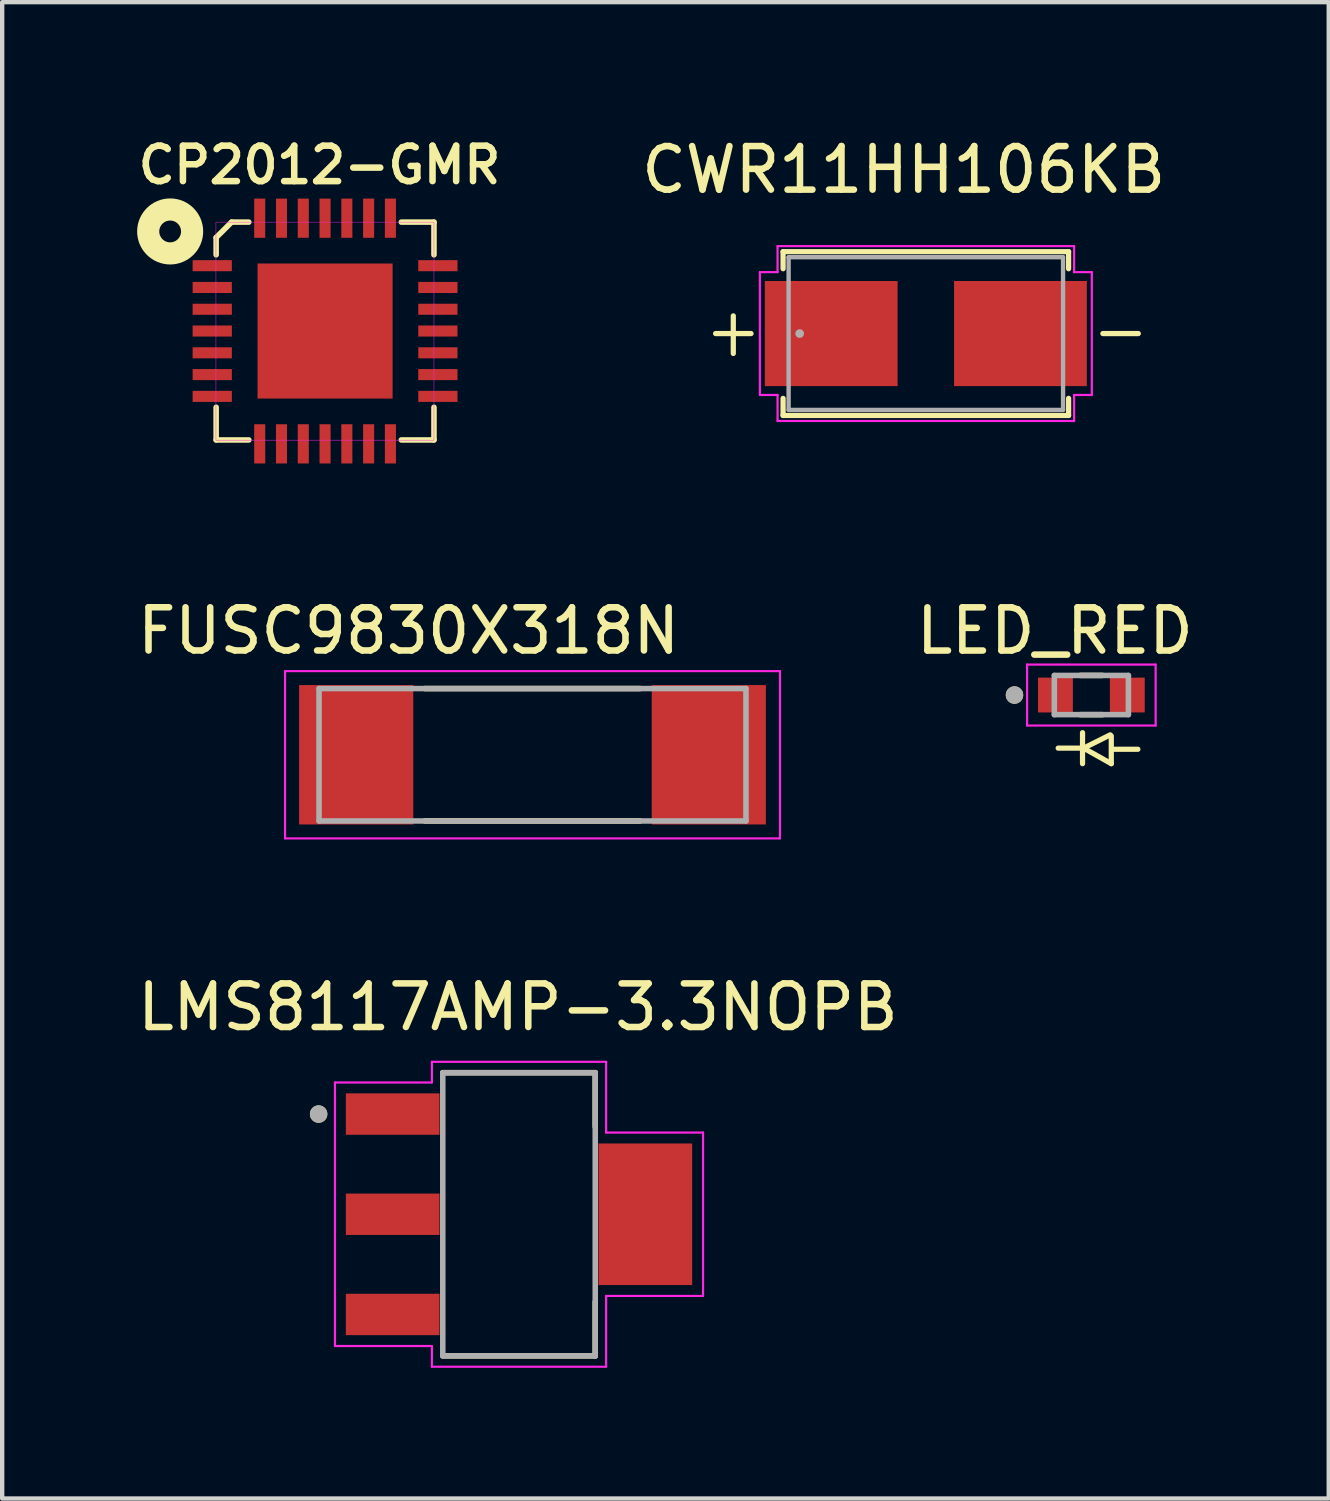
<source format=kicad_pcb>
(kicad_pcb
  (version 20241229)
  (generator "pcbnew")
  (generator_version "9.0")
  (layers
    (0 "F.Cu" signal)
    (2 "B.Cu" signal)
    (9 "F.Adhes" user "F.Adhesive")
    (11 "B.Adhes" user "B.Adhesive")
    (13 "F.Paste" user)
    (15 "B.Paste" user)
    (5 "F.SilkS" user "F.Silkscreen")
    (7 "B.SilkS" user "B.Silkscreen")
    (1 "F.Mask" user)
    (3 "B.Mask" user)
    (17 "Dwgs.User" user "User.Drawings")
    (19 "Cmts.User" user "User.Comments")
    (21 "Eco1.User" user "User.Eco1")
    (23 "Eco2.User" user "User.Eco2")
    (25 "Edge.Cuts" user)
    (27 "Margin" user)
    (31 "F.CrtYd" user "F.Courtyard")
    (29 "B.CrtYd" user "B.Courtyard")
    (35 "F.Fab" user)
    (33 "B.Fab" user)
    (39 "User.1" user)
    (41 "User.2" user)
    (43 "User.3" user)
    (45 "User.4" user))
  (footprint "LMS8117AMP-3.3NOPB"
    (layer "F.Cu")
    (at 8.864 24.824)
    (property "Reference" "LMS8117AMP-3.3NOPB" (at -0.025 -4.754 0) (layer "F.SilkS") (effects (font (size 1 1) (thickness 0.15))))
    (attr through_hole)
    (fp_line (start -1.75 -3.25) (end 1.75 -3.25) (stroke (width 0.127) (type solid)) (layer "F.SilkS"))
    (fp_line (start -1.75 3.25) (end 1.75 3.25) (stroke (width 0.127) (type solid)) (layer "F.SilkS"))
    (fp_line (start 1.75 -3.25) (end 1.75 -2.01) (stroke (width 0.127) (type solid)) (layer "F.SilkS"))
    (fp_line (start 1.75 3.25) (end 1.75 2.01) (stroke (width 0.127) (type solid)) (layer "F.SilkS"))
    (fp_circle (center -4.6 -2.3) (end -4.5 -2.3) (stroke (width 0.2) (type solid)) (fill no) (layer "F.SilkS"))
    (fp_line (start -4.225 -3.025) (end -4.225 3.025) (stroke (width 0.05) (type solid)) (layer "F.CrtYd"))
    (fp_line (start -4.225 3.025) (end -2 3.025) (stroke (width 0.05) (type solid)) (layer "F.CrtYd"))
    (fp_line (start -2 -3.5) (end -2 -3.025) (stroke (width 0.05) (type solid)) (layer "F.CrtYd"))
    (fp_line (start -2 -3.025) (end -4.225 -3.025) (stroke (width 0.05) (type solid)) (layer "F.CrtYd"))
    (fp_line (start -2 3.025) (end -2 3.5) (stroke (width 0.05) (type solid)) (layer "F.CrtYd"))
    (fp_line (start -2 3.5) (end 2 3.5) (stroke (width 0.05) (type solid)) (layer "F.CrtYd"))
    (fp_line (start 2 -3.5) (end -2 -3.5) (stroke (width 0.05) (type solid)) (layer "F.CrtYd"))
    (fp_line (start 2 -1.875) (end 2 -3.5) (stroke (width 0.05) (type solid)) (layer "F.CrtYd"))
    (fp_line (start 2 1.875) (end 4.225 1.875) (stroke (width 0.05) (type solid)) (layer "F.CrtYd"))
    (fp_line (start 2 3.5) (end 2 1.875) (stroke (width 0.05) (type solid)) (layer "F.CrtYd"))
    (fp_line (start 4.225 -1.875) (end 2 -1.875) (stroke (width 0.05) (type solid)) (layer "F.CrtYd"))
    (fp_line (start 4.225 1.875) (end 4.225 -1.875) (stroke (width 0.05) (type solid)) (layer "F.CrtYd"))
    (fp_line (start -1.75 -3.25) (end -1.75 3.25) (stroke (width 0.127) (type solid)) (layer "F.Fab"))
    (fp_line (start 1.75 -3.25) (end -1.75 -3.25) (stroke (width 0.127) (type solid)) (layer "F.Fab"))
    (fp_line (start 1.75 -3.25) (end 1.75 3.25) (stroke (width 0.127) (type solid)) (layer "F.Fab"))
    (fp_line (start 1.75 3.25) (end -1.75 3.25) (stroke (width 0.127) (type solid)) (layer "F.Fab"))
    (fp_circle (center -4.6 -2.3) (end -4.5 -2.3) (stroke (width 0.2) (type solid)) (fill no) (layer "F.Fab"))
    (pad "1" smd rect (at -2.9 -2.3) (size 2.15 0.95) (layers "F.Cu" "F.Mask" "F.Paste"))
    (pad "1" smd rect (at 2.9 0) (size 2.15 3.25) (layers "F.Cu" "F.Mask" "F.Paste"))
    (pad "2" smd rect (at -2.9 0) (size 2.15 0.95) (layers "F.Cu" "F.Mask" "F.Paste"))
    (pad "3" smd rect (at -2.9 2.3) (size 2.15 0.95) (layers "F.Cu" "F.Mask" "F.Paste")))
  (footprint "FUSC9830X318N"
    (layer "F.Cu")
    (at 9.174 14.276)
    (property "Reference" "FUSC9830X318N" (at -2.845 -2.845 0) (layer "F.SilkS") (effects (font (size 0.991 0.991) (thickness 0.15))))
    (attr through_hole)
    (fp_line (start -2.47 -1.52) (end 2.47 -1.52) (stroke (width 0.127) (type solid)) (layer "F.SilkS"))
    (fp_line (start -2.47 1.52) (end 2.47 1.52) (stroke (width 0.127) (type solid)) (layer "F.SilkS"))
    (fp_line (start -5.68 -1.92) (end 5.68 -1.92) (stroke (width 0.05) (type solid)) (layer "F.CrtYd"))
    (fp_line (start -5.68 1.92) (end -5.68 -1.92) (stroke (width 0.05) (type solid)) (layer "F.CrtYd"))
    (fp_line (start -5.68 1.92) (end 5.68 1.92) (stroke (width 0.05) (type solid)) (layer "F.CrtYd"))
    (fp_line (start 5.68 1.92) (end 5.68 -1.92) (stroke (width 0.05) (type solid)) (layer "F.CrtYd"))
    (fp_line (start -4.9 1.52) (end -4.9 -1.52) (stroke (width 0.127) (type solid)) (layer "F.Fab"))
    (fp_line (start 4.9 -1.52) (end -4.9 -1.52) (stroke (width 0.127) (type solid)) (layer "F.Fab"))
    (fp_line (start 4.9 1.52) (end -4.9 1.52) (stroke (width 0.127) (type solid)) (layer "F.Fab"))
    (fp_line (start 4.9 1.52) (end 4.9 -1.52) (stroke (width 0.127) (type solid)) (layer "F.Fab"))
    (pad "1" smd rect (at -4.047 0) (size 2.62 3.2) (layers "F.Cu" "F.Mask" "F.Paste"))
    (pad "2" smd rect (at 4.047 0) (size 2.62 3.2) (layers "F.Cu" "F.Mask" "F.Paste")))
  (footprint "CWR11HH106KB"
    (layer "F.Cu")
    (at 18.203 4.607)
    (property "Reference" "CWR11HH106KB" (at -0.508 -3.759 0) (layer "F.SilkS") (effects (font (size 1 1) (thickness 0.15))))
    (attr through_hole)
    (fp_line (start -4.826 0) (end -4.013 0) (stroke (width 0.12) (type solid)) (layer "F.SilkS"))
    (fp_line (start -4.42 -0.406) (end -4.42 0.457) (stroke (width 0.12) (type solid)) (layer "F.SilkS"))
    (fp_line (start -3.277 -1.88) (end -3.277 -1.488) (stroke (width 0.12) (type solid)) (layer "F.SilkS"))
    (fp_line (start -3.277 1.488) (end -3.277 1.88) (stroke (width 0.12) (type solid)) (layer "F.SilkS"))
    (fp_line (start -3.277 1.88) (end 3.277 1.88) (stroke (width 0.12) (type solid)) (layer "F.SilkS"))
    (fp_line (start 3.277 -1.88) (end -3.277 -1.88) (stroke (width 0.12) (type solid)) (layer "F.SilkS"))
    (fp_line (start 3.277 -1.488) (end 3.277 -1.88) (stroke (width 0.12) (type solid)) (layer "F.SilkS"))
    (fp_line (start 3.277 1.88) (end 3.277 1.488) (stroke (width 0.12) (type solid)) (layer "F.SilkS"))
    (fp_line (start 4.064 0) (end 4.877 0) (stroke (width 0.12) (type solid)) (layer "F.SilkS"))
    (fp_line (start -3.81 1.41) (end -3.81 -1.41) (stroke (width 0.05) (type solid)) (layer "F.CrtYd"))
    (fp_line (start -3.807 -1.41) (end -3.404 -1.41) (stroke (width 0.05) (type solid)) (layer "F.CrtYd"))
    (fp_line (start -3.404 -2.007) (end 3.404 -2.007) (stroke (width 0.05) (type solid)) (layer "F.CrtYd"))
    (fp_line (start -3.404 -1.41) (end -3.404 -2.007) (stroke (width 0.05) (type solid)) (layer "F.CrtYd"))
    (fp_line (start -3.404 1.41) (end -3.81 1.41) (stroke (width 0.05) (type solid)) (layer "F.CrtYd"))
    (fp_line (start -3.404 2.007) (end -3.404 1.41) (stroke (width 0.05) (type solid)) (layer "F.CrtYd"))
    (fp_line (start 3.404 -2.007) (end 3.404 -1.41) (stroke (width 0.05) (type solid)) (layer "F.CrtYd"))
    (fp_line (start 3.404 -1.41) (end 3.81 -1.41) (stroke (width 0.05) (type solid)) (layer "F.CrtYd"))
    (fp_line (start 3.404 1.41) (end 3.404 2.007) (stroke (width 0.05) (type solid)) (layer "F.CrtYd"))
    (fp_line (start 3.404 2.007) (end -3.404 2.007) (stroke (width 0.05) (type solid)) (layer "F.CrtYd"))
    (fp_line (start 3.81 -1.41) (end 3.81 1.41) (stroke (width 0.05) (type solid)) (layer "F.CrtYd"))
    (fp_line (start 3.81 1.41) (end 3.404 1.41) (stroke (width 0.05) (type solid)) (layer "F.CrtYd"))
    (fp_line (start -3.15 -1.753) (end -3.15 1.753) (stroke (width 0.1) (type solid)) (layer "F.Fab"))
    (fp_line (start -3.15 1.753) (end 3.15 1.753) (stroke (width 0.1) (type solid)) (layer "F.Fab"))
    (fp_line (start 3.15 -1.753) (end -3.15 -1.753) (stroke (width 0.1) (type solid)) (layer "F.Fab"))
    (fp_line (start 3.15 1.753) (end 3.15 -1.753) (stroke (width 0.1) (type solid)) (layer "F.Fab"))
    (fp_circle (center -2.896 0) (end -2.896 0) (stroke (width 0.1) (type solid)) (fill no) (layer "F.Fab"))
    (pad "1" smd rect (at -2.172 0 90) (size 2.413 3.048) (layers "F.Cu" "F.Mask" "F.Paste"))
    (pad "2" smd rect (at 2.172 0 90) (size 2.413 3.048) (layers "F.Cu" "F.Mask" "F.Paste")))
  (footprint "LED_RED"
    (layer "F.Cu")
    (at 22.003 12.905)
    (property "Reference" "LED_RED" (at -0.838 -1.473 0) (layer "F.SilkS") (effects (font (size 0.991 0.991) (thickness 0.15))))
    (attr through_hole)
    (fp_line (start -0.254 -0.45) (end 0.254 -0.45) (stroke (width 0.127) (type solid)) (layer "F.SilkS"))
    (fp_line (start -0.254 0.45) (end 0.254 0.45) (stroke (width 0.127) (type solid)) (layer "F.SilkS"))
    (fp_line (start -0.203 0.864) (end -0.203 1.575) (stroke (width 0.12) (type solid)) (layer "F.SilkS"))
    (fp_line (start -0.203 1.219) (end -0.762 1.219) (stroke (width 0.12) (type solid)) (layer "F.SilkS"))
    (fp_line (start -0.178 1.219) (end 0.432 0.914) (stroke (width 0.12) (type solid)) (layer "F.SilkS"))
    (fp_line (start 0.457 0.94) (end 0.457 1.575) (stroke (width 0.12) (type solid)) (layer "F.SilkS"))
    (fp_line (start 0.457 1.575) (end -0.178 1.219) (stroke (width 0.12) (type solid)) (layer "F.SilkS"))
    (fp_line (start 1.067 1.245) (end 0.483 1.245) (stroke (width 0.12) (type solid)) (layer "F.SilkS"))
    (fp_circle (center -1.765 0) (end -1.665 0) (stroke (width 0.2) (type solid)) (fill no) (layer "F.SilkS"))
    (fp_line (start -1.475 -0.7) (end -1.475 0.7) (stroke (width 0.05) (type solid)) (layer "F.CrtYd"))
    (fp_line (start -1.475 0.7) (end 1.475 0.7) (stroke (width 0.05) (type solid)) (layer "F.CrtYd"))
    (fp_line (start 1.475 -0.7) (end -1.475 -0.7) (stroke (width 0.05) (type solid)) (layer "F.CrtYd"))
    (fp_line (start 1.475 0.7) (end 1.475 -0.7) (stroke (width 0.05) (type solid)) (layer "F.CrtYd"))
    (fp_line (start -0.85 -0.45) (end -0.85 0.45) (stroke (width 0.127) (type solid)) (layer "F.Fab"))
    (fp_line (start -0.85 0.45) (end 0.85 0.45) (stroke (width 0.127) (type solid)) (layer "F.Fab"))
    (fp_line (start 0.85 -0.45) (end -0.85 -0.45) (stroke (width 0.127) (type solid)) (layer "F.Fab"))
    (fp_line (start 0.85 0.45) (end 0.85 -0.45) (stroke (width 0.127) (type solid)) (layer "F.Fab"))
    (fp_circle (center -1.765 0) (end -1.665 0) (stroke (width 0.2) (type solid)) (fill no) (layer "F.Fab"))
    (pad "1" smd rect (at -0.825 0) (size 0.8 0.8) (layers "F.Cu" "F.Mask" "F.Paste"))
    (pad "2" smd rect (at 0.825 0) (size 0.8 0.8) (layers "F.Cu" "F.Mask" "F.Paste")))
  (footprint "CP2012-GMR"
    (layer "F.Cu")
    (at 4.412 4.549)
    (property "Reference" "CP2012-GMR" (at -0.127 -3.81 0) (layer "F.SilkS") (effects (font (size 0.813 0.813) (thickness 0.15))))
    (attr smd)
    (fp_line (start -2.5 -2.146) (end -2.5 -1.75) (stroke (width 0.127) (type solid)) (layer "F.SilkS"))
    (fp_line (start -2.5 1.75) (end -2.5 2.5) (stroke (width 0.127) (type solid)) (layer "F.SilkS"))
    (fp_line (start -2.5 2.5) (end -1.75 2.5) (stroke (width 0.127) (type solid)) (layer "F.SilkS"))
    (fp_line (start -2.146 -2.5) (end -2.5 -2.146) (stroke (width 0.127) (type solid)) (layer "F.SilkS"))
    (fp_line (start -1.75 -2.5) (end -2.146 -2.5) (stroke (width 0.127) (type solid)) (layer "F.SilkS"))
    (fp_line (start 1.75 -2.5) (end 2.5 -2.5) (stroke (width 0.127) (type solid)) (layer "F.SilkS"))
    (fp_line (start 1.75 2.5) (end 2.5 2.5) (stroke (width 0.127) (type solid)) (layer "F.SilkS"))
    (fp_line (start 2.5 -2.5) (end 2.5 -1.75) (stroke (width 0.127) (type solid)) (layer "F.SilkS"))
    (fp_line (start 2.5 2.5) (end 2.5 1.75) (stroke (width 0.127) (type solid)) (layer "F.SilkS"))
    (fp_circle (center -3.556 -2.286) (end -3.306 -2.286) (stroke (width 0.508) (type solid)) (fill no) (layer "F.SilkS"))
    (fp_poly (pts (xy -1.503 0.25) (xy -0.25 0.25) (xy -0.25 1.503) (xy -1.503 1.503)) (stroke (width 0.01) (type solid)) (fill yes) (layer "F.Paste"))
    (fp_poly (pts (xy -1.502 -1.5) (xy -0.25 -1.5) (xy -0.25 -0.25) (xy -1.502 -0.25)) (stroke (width 0.01) (type solid)) (fill yes) (layer "F.Paste"))
    (fp_poly (pts (xy 0.25 -1.5) (xy 1.5 -1.5) (xy 1.5 -0.25) (xy 0.25 -0.25)) (stroke (width 0.01) (type solid)) (fill yes) (layer "F.Paste"))
    (fp_poly (pts (xy 0.25 0.25) (xy 1.5 0.25) (xy 1.5 1.503) (xy 0.25 1.503)) (stroke (width 0.01) (type solid)) (fill yes) (layer "F.Paste"))
    (fp_poly (pts (xy -2.505 -2.5) (xy 2.5 -2.5) (xy 2.5 2.505) (xy -2.505 2.505)) (stroke (width 0.01) (type solid)) (fill no) (layer "F.CrtYd"))
    (pad "1" smd rect (at -2.59 -1.5) (size 0.9 0.254) (layers "F.Cu" "F.Mask" "F.Paste"))
    (pad "2" smd rect (at -2.59 -1) (size 0.9 0.254) (layers "F.Cu" "F.Mask" "F.Paste"))
    (pad "3" smd rect (at -2.59 -0.5) (size 0.9 0.254) (layers "F.Cu" "F.Mask" "F.Paste"))
    (pad "4" smd rect (at -2.59 0) (size 0.9 0.254) (layers "F.Cu" "F.Mask" "F.Paste"))
    (pad "5" smd rect (at -2.59 0.5) (size 0.9 0.254) (layers "F.Cu" "F.Mask" "F.Paste"))
    (pad "6" smd rect (at -2.59 1) (size 0.9 0.254) (layers "F.Cu" "F.Mask" "F.Paste"))
    (pad "7" smd rect (at -2.59 1.5) (size 0.9 0.254) (layers "F.Cu" "F.Mask" "F.Paste"))
    (pad "8" smd rect (at -1.5 2.59) (size 0.254 0.9) (layers "F.Cu" "F.Mask" "F.Paste"))
    (pad "9" smd rect (at -1 2.59) (size 0.254 0.9) (layers "F.Cu" "F.Mask" "F.Paste"))
    (pad "10" smd rect (at -0.5 2.59) (size 0.254 0.9) (layers "F.Cu" "F.Mask" "F.Paste"))
    (pad "11" smd rect (at 0 2.59) (size 0.254 0.9) (layers "F.Cu" "F.Mask" "F.Paste"))
    (pad "12" smd rect (at 0.5 2.59) (size 0.254 0.9) (layers "F.Cu" "F.Mask" "F.Paste"))
    (pad "13" smd rect (at 1 2.59) (size 0.254 0.9) (layers "F.Cu" "F.Mask" "F.Paste"))
    (pad "14" smd rect (at 1.5 2.59) (size 0.254 0.9) (layers "F.Cu" "F.Mask" "F.Paste"))
    (pad "15" smd rect (at 2.59 1.5) (size 0.9 0.254) (layers "F.Cu" "F.Mask" "F.Paste"))
    (pad "16" smd rect (at 2.59 1) (size 0.9 0.254) (layers "F.Cu" "F.Mask" "F.Paste"))
    (pad "17" smd rect (at 2.59 0.5) (size 0.9 0.254) (layers "F.Cu" "F.Mask" "F.Paste"))
    (pad "18" smd rect (at 2.59 0) (size 0.9 0.254) (layers "F.Cu" "F.Mask" "F.Paste"))
    (pad "19" smd rect (at 2.59 -0.5) (size 0.9 0.254) (layers "F.Cu" "F.Mask" "F.Paste"))
    (pad "20" smd rect (at 2.59 -1) (size 0.9 0.254) (layers "F.Cu" "F.Mask" "F.Paste"))
    (pad "21" smd rect (at 2.59 -1.5) (size 0.9 0.254) (layers "F.Cu" "F.Mask" "F.Paste"))
    (pad "22" smd rect (at 1.5 -2.59) (size 0.254 0.9) (layers "F.Cu" "F.Mask" "F.Paste"))
    (pad "23" smd rect (at 1 -2.59) (size 0.254 0.9) (layers "F.Cu" "F.Mask" "F.Paste"))
    (pad "24" smd rect (at 0.5 -2.59) (size 0.254 0.9) (layers "F.Cu" "F.Mask" "F.Paste"))
    (pad "25" smd rect (at 0 -2.59) (size 0.254 0.9) (layers "F.Cu" "F.Mask" "F.Paste"))
    (pad "26" smd rect (at -0.5 -2.59) (size 0.254 0.9) (layers "F.Cu" "F.Mask" "F.Paste"))
    (pad "27" smd rect (at -1 -2.59) (size 0.254 0.9) (layers "F.Cu" "F.Mask" "F.Paste"))
    (pad "28" smd rect (at -1.5 -2.59) (size 0.254 0.9) (layers "F.Cu" "F.Mask" "F.Paste"))
    (pad "29" smd rect (at 0 0) (size 3.1 3.1) (layers "F.Cu" "F.Mask")))
  (gr_rect
    (start -3 -3)
    (end 27.452 31.349)
    (stroke (width 0.1) (type default))
    (fill no)
    (layer "Edge.Cuts")))
</source>
